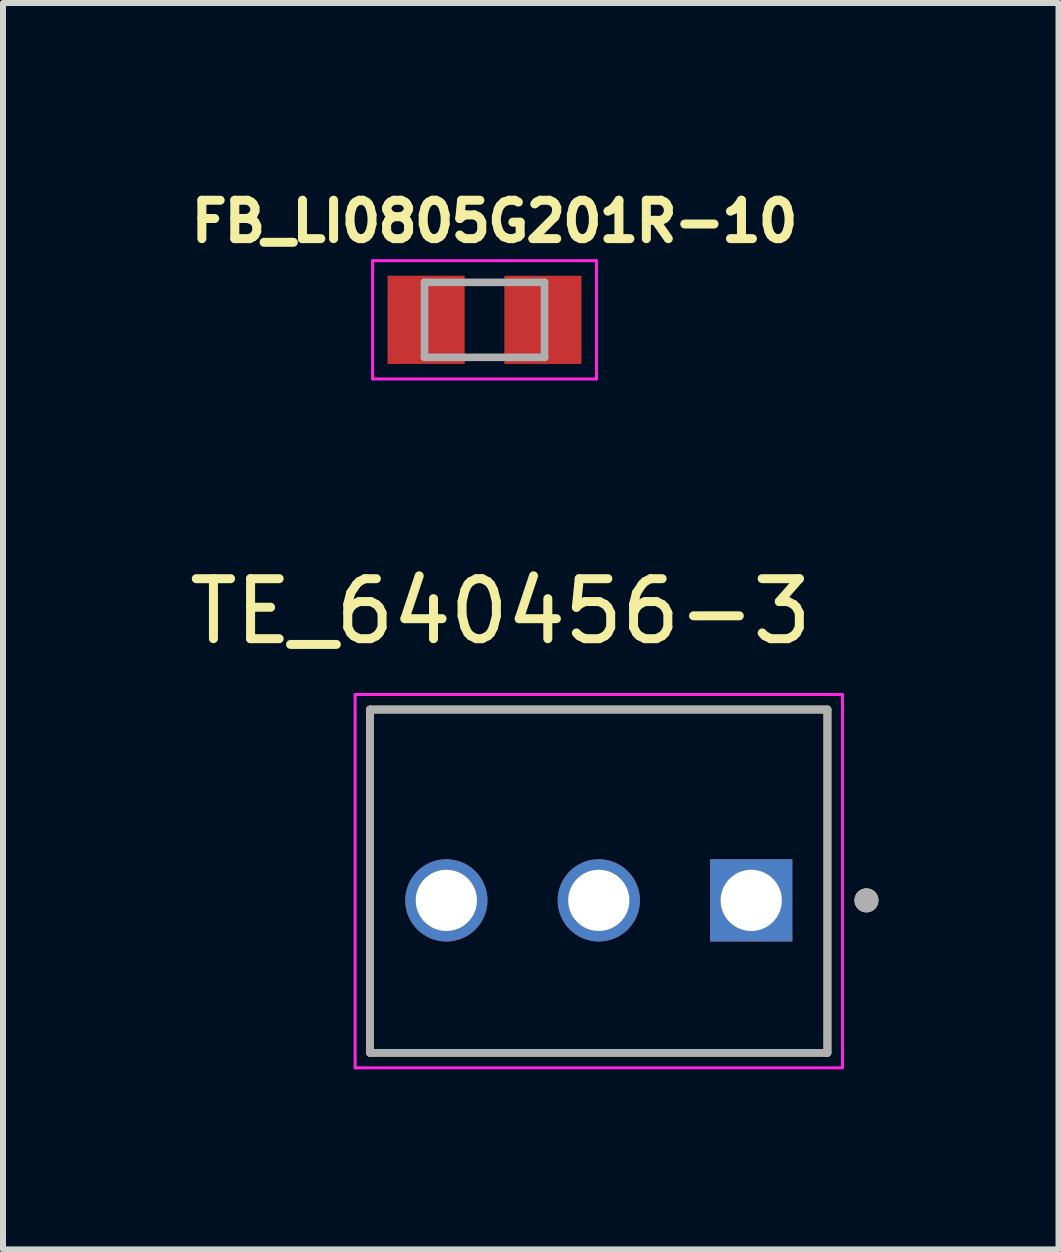
<source format=kicad_pcb>
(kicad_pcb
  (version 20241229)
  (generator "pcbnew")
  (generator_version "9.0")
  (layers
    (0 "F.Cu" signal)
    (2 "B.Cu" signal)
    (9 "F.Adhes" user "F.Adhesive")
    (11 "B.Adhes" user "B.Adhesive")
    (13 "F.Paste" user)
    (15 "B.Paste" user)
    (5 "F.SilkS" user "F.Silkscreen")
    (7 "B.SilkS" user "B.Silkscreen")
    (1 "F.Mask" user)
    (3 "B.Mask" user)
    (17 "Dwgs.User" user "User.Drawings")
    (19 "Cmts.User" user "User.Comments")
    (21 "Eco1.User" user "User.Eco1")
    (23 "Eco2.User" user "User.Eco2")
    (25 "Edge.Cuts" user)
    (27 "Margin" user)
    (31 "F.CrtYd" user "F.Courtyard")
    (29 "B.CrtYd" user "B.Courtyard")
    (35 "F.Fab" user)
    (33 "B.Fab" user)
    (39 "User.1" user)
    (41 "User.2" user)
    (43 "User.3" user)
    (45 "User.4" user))
  (footprint "TE_640456-3"
    (layer "F.Cu")
    (at 9.467 11.952)
    (property "Reference" "TE_640456-3" (at -4.175 -4.815 0) (layer "F.SilkS") (effects (font (size 1 1) (thickness 0.15))))
    (attr through_hole)
    (fp_line (start -6.35 2.54) (end -6.35 -3.18) (stroke (width 0.127) (type solid)) (layer "F.SilkS"))
    (fp_line (start 1.27 -3.18) (end -6.35 -3.18) (stroke (width 0.127) (type solid)) (layer "F.SilkS"))
    (fp_line (start 1.27 -3.18) (end 1.27 2.54) (stroke (width 0.127) (type solid)) (layer "F.SilkS"))
    (fp_line (start 1.27 2.54) (end -6.35 2.54) (stroke (width 0.127) (type solid)) (layer "F.SilkS"))
    (fp_circle (center 1.92 0) (end 2.02 0) (stroke (width 0.2) (type solid)) (fill no) (layer "F.SilkS"))
    (fp_line (start -6.6 -3.43) (end 1.52 -3.43) (stroke (width 0.05) (type solid)) (layer "F.CrtYd"))
    (fp_line (start -6.6 2.79) (end -6.6 -3.43) (stroke (width 0.05) (type solid)) (layer "F.CrtYd"))
    (fp_line (start 1.52 -3.43) (end 1.52 2.79) (stroke (width 0.05) (type solid)) (layer "F.CrtYd"))
    (fp_line (start 1.52 2.79) (end -6.6 2.79) (stroke (width 0.05) (type solid)) (layer "F.CrtYd"))
    (fp_line (start -6.35 -3.18) (end 1.27 -3.18) (stroke (width 0.127) (type solid)) (layer "F.Fab"))
    (fp_line (start -6.35 -3.18) (end 1.27 -3.18) (stroke (width 0.127) (type solid)) (layer "F.Fab"))
    (fp_line (start -6.35 2.54) (end -6.35 -3.18) (stroke (width 0.127) (type solid)) (layer "F.Fab"))
    (fp_line (start -6.35 2.54) (end -6.35 -3.18) (stroke (width 0.127) (type solid)) (layer "F.Fab"))
    (fp_line (start 1.27 -3.18) (end 1.27 2.54) (stroke (width 0.127) (type solid)) (layer "F.Fab"))
    (fp_line (start 1.27 -3.18) (end 1.27 2.54) (stroke (width 0.127) (type solid)) (layer "F.Fab"))
    (fp_line (start 1.27 2.54) (end -6.35 2.54) (stroke (width 0.127) (type solid)) (layer "F.Fab"))
    (fp_circle (center 1.92 0) (end 2.02 0) (stroke (width 0.2) (type solid)) (fill no) (layer "F.Fab"))
    (pad "1" thru_hole rect (at 0 0) (size 1.37 1.37) (drill 1.02) (layers "*.Cu" "*.Mask"))
    (pad "2" thru_hole circle (at -2.54 0) (size 1.37 1.37) (drill 1.02) (layers "*.Cu" "*.Mask"))
    (pad "3" thru_hole circle (at -5.08 0) (size 1.37 1.37) (drill 1.02) (layers "*.Cu" "*.Mask")))
  (footprint "FB_LI0805G201R-10"
    (layer "F.Cu")
    (at 5.023 2.279)
    (property "Reference" "FB_LI0805G201R-10" (at 0.167 -1.641 0) (layer "F.SilkS") (effects (font (size 0.64 0.64) (thickness 0.15))))
    (attr smd)
    (fp_line (start -1.865 -0.985) (end -1.865 0.985) (stroke (width 0.05) (type solid)) (layer "F.CrtYd"))
    (fp_line (start -1.865 0.985) (end 1.865 0.985) (stroke (width 0.05) (type solid)) (layer "F.CrtYd"))
    (fp_line (start 1.865 -0.985) (end -1.865 -0.985) (stroke (width 0.05) (type solid)) (layer "F.CrtYd"))
    (fp_line (start 1.865 0.985) (end 1.865 -0.985) (stroke (width 0.05) (type solid)) (layer "F.CrtYd"))
    (fp_line (start -1 -0.625) (end -1 0.625) (stroke (width 0.127) (type solid)) (layer "F.Fab"))
    (fp_line (start -1 -0.625) (end 1 -0.625) (stroke (width 0.127) (type solid)) (layer "F.Fab"))
    (fp_line (start -1 0.625) (end 1 0.625) (stroke (width 0.127) (type solid)) (layer "F.Fab"))
    (fp_line (start 1 -0.625) (end 1 0.625) (stroke (width 0.127) (type solid)) (layer "F.Fab"))
    (pad "1" smd rect (at -0.973 0) (size 1.285 1.47) (layers "F.Cu" "F.Mask" "F.Paste"))
    (pad "2" smd rect (at 0.973 0) (size 1.285 1.47) (layers "F.Cu" "F.Mask" "F.Paste")))
  (gr_rect
    (start -3 -3)
    (end 14.587 17.767)
    (stroke (width 0.1) (type default))
    (fill no)
    (layer "Edge.Cuts")))
</source>
